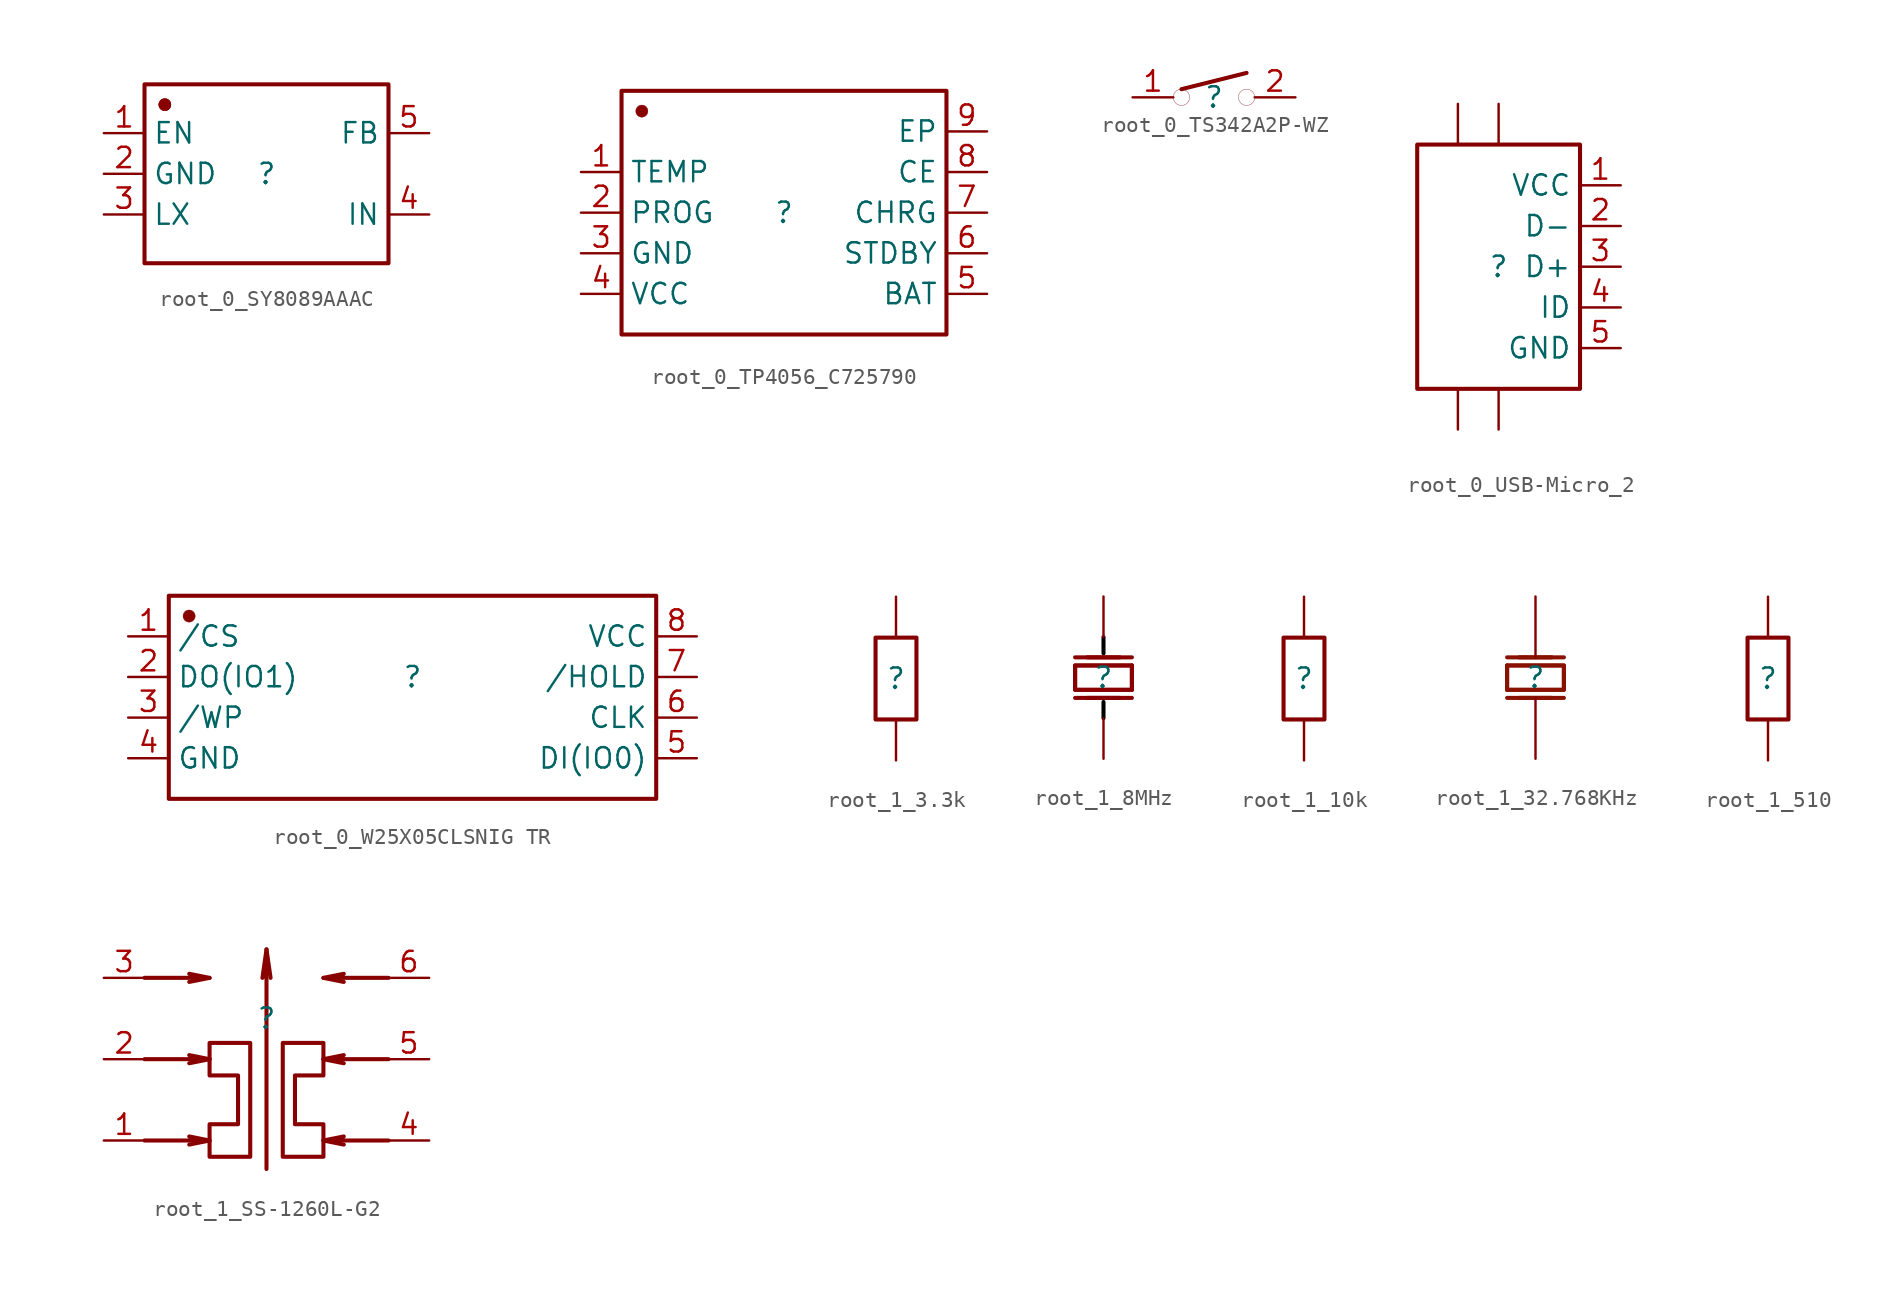
<source format=kicad_sym>
(kicad_symbol_lib
  (version 20220914)
  (generator kicad_symbol_editor)
  (symbol "root_0_SY8089AAAC"
    (property "Reference" ""
      (at 0 0 0)
      (effects (font (size 1.27 1.27))))
    (property "Value" ""
      (at 0 0 0)
      (effects (font (size 1.27 1.27))))
    (symbol "root_0_SY8089AAAC_1_0"
      (circle (center -6.35 4.318) (radius 0.381) (stroke (width 0.0001) (type solid)) (fill (type color) (color 136 0 0 1)))
      (circle (center -6.35 4.318) (radius 0.381) (stroke (width 0.0001) (type solid)) (fill (type color) (color 136 0 0 1)))
      (rectangle (start 7.62 5.588) (end -7.62 -5.588) (stroke (width 0.254) (type solid)) (fill (type none)))
      (pin passive line (at -10.16 2.54 0) (length 2.54) (name "EN" (effects (font (size 1.27 1.27)))) (number "1" (effects (font (size 1.27 1.27)))))
      (pin passive line (at -10.16 0 0) (length 2.54) (name "GND" (effects (font (size 1.27 1.27)))) (number "2" (effects (font (size 1.27 1.27)))))
      (pin passive line (at -10.16 -2.54 0) (length 2.54) (name "LX" (effects (font (size 1.27 1.27)))) (number "3" (effects (font (size 1.27 1.27)))))
      (pin passive line (at 10.16 -2.54 180) (length 2.54) (name "IN" (effects (font (size 1.27 1.27)))) (number "4" (effects (font (size 1.27 1.27)))))
      (pin passive line (at 10.16 2.54 180) (length 2.54) (name "FB" (effects (font (size 1.27 1.27)))) (number "5" (effects (font (size 1.27 1.27)))))))
  (symbol "root_0_TP4056_C725790"
    (property "Reference" ""
      (at 0 0 0)
      (effects (font (size 1.27 1.27))))
    (property "Value" ""
      (at 0 0 0)
      (effects (font (size 1.27 1.27))))
    (symbol "root_0_TP4056_C725790_1_0"
      (circle (center -8.89 6.35) (radius 0.381) (stroke (width 0.0001) (type solid)) (fill (type color) (color 136 0 0 1)))
      (rectangle (start 10.16 7.62) (end -10.16 -7.62) (stroke (width 0.254) (type solid)) (fill (type none)))
      (pin passive line (at -12.7 2.54 0) (length 2.54) (name "TEMP" (effects (font (size 1.27 1.27)))) (number "1" (effects (font (size 1.27 1.27)))))
      (pin passive line (at -12.7 0 0) (length 2.54) (name "PROG" (effects (font (size 1.27 1.27)))) (number "2" (effects (font (size 1.27 1.27)))))
      (pin passive line (at -12.7 -2.54 0) (length 2.54) (name "GND" (effects (font (size 1.27 1.27)))) (number "3" (effects (font (size 1.27 1.27)))))
      (pin passive line (at -12.7 -5.08 0) (length 2.54) (name "VCC" (effects (font (size 1.27 1.27)))) (number "4" (effects (font (size 1.27 1.27)))))
      (pin passive line (at 12.7 -5.08 180) (length 2.54) (name "BAT" (effects (font (size 1.27 1.27)))) (number "5" (effects (font (size 1.27 1.27)))))
      (pin passive line (at 12.7 -2.54 180) (length 2.54) (name "STDBY" (effects (font (size 1.27 1.27)))) (number "6" (effects (font (size 1.27 1.27)))))
      (pin passive line (at 12.7 0 180) (length 2.54) (name "CHRG" (effects (font (size 1.27 1.27)))) (number "7" (effects (font (size 1.27 1.27)))))
      (pin passive line (at 12.7 2.54 180) (length 2.54) (name "CE" (effects (font (size 1.27 1.27)))) (number "8" (effects (font (size 1.27 1.27)))))
      (pin passive line (at 12.7 5.08 180) (length 2.54) (name "EP" (effects (font (size 1.27 1.27)))) (number "9" (effects (font (size 1.27 1.27)))))))
  (symbol "root_0_TS342A2P-WZ"
    (property "Reference" ""
      (at 0 0 0)
      (effects (font (size 1.27 1.27))))
    (property "Value" ""
      (at 0 0 0)
      (effects (font (size 1.27 1.27))))
    (symbol "root_0_TS342A2P-WZ_1_0"
      (circle (center -2.032 0) (radius 0.508) (stroke (width 0.0001) (type solid)) (fill (type none)))
      (polyline (pts (xy 2.032 1.524) (xy -2.032 0.508)) (stroke (width 0.254) (type solid) (color 136 0 0 1)) (fill (type none)))
      (circle (center 2.032 0) (radius 0.508) (stroke (width 0.0001) (type solid)) (fill (type none)))
      (pin passive line (at -5.08 0 0) (length 2.54) (name "1" (effects (font (size 0 0)))) (number "1" (effects (font (size 1.27 1.27)))))
      (pin passive line (at 5.08 0 180) (length 2.54) (name "2" (effects (font (size 0 0)))) (number "2" (effects (font (size 1.27 1.27)))))))
  (symbol "root_0_USB-Micro_2"
    (property "Reference" ""
      (at 0 0 0)
      (effects (font (size 1.27 1.27))))
    (property "Value" ""
      (at 0 0 0)
      (effects (font (size 1.27 1.27))))
    (symbol "root_0_USB-Micro_2_1_0"
      (rectangle (start 5.08 7.62) (end -5.08 -7.62) (stroke (width 0.254) (type solid)) (fill (type none)))
      (pin passive line (at 7.62 5.08 180) (length 2.54) (name "VCC" (effects (font (size 1.27 1.27)))) (number "1" (effects (font (size 1.27 1.27)))))
      (pin passive line (at 7.62 2.54 180) (length 2.54) (name "D-" (effects (font (size 1.27 1.27)))) (number "2" (effects (font (size 1.27 1.27)))))
      (pin passive line (at 7.62 0 180) (length 2.54) (name "D+" (effects (font (size 1.27 1.27)))) (number "3" (effects (font (size 1.27 1.27)))))
      (pin passive line (at 7.62 -2.54 180) (length 2.54) (name "ID" (effects (font (size 1.27 1.27)))) (number "4" (effects (font (size 1.27 1.27)))))
      (pin passive line (at 7.62 -5.08 180) (length 2.54) (name "GND" (effects (font (size 1.27 1.27)))) (number "5" (effects (font (size 1.27 1.27)))))
      (pin passive line (at -2.54 -10.16 90) (length 2.54) (name "SH3" (effects (font (size 0 0)))) (number "6" (effects (font (size 0 0)))))
      (pin passive line (at 0 -10.16 90) (length 2.54) (name "SH4" (effects (font (size 0 0)))) (number "7" (effects (font (size 0 0)))))
      (pin passive line (at -2.54 10.16 270) (length 2.54) (name "SH1" (effects (font (size 0 0)))) (number "8" (effects (font (size 0 0)))))
      (pin passive line (at 0 10.16 270) (length 2.54) (name "SH2" (effects (font (size 0 0)))) (number "9" (effects (font (size 0 0)))))))
  (symbol "root_0_W25X05CLSNIG TR"
    (property "Reference" ""
      (at 0 0 0)
      (effects (font (size 1.27 1.27))))
    (property "Value" ""
      (at 0 0 0)
      (effects (font (size 1.27 1.27))))
    (symbol "root_0_W25X05CLSNIG TR_1_0"
      (circle (center -13.97 3.81) (radius 0.381) (stroke (width 0.0001) (type solid)) (fill (type color) (color 136 0 0 1)))
      (rectangle (start 15.24 5.08) (end -15.24 -7.62) (stroke (width 0.254) (type solid)) (fill (type none)))
      (pin passive line (at -17.78 2.54 0) (length 2.54) (name "/CS" (effects (font (size 1.27 1.27)))) (number "1" (effects (font (size 1.27 1.27)))))
      (pin passive line (at -17.78 0 0) (length 2.54) (name "DO(IO1)" (effects (font (size 1.27 1.27)))) (number "2" (effects (font (size 1.27 1.27)))))
      (pin passive line (at -17.78 -2.54 0) (length 2.54) (name "/WP" (effects (font (size 1.27 1.27)))) (number "3" (effects (font (size 1.27 1.27)))))
      (pin passive line (at -17.78 -5.08 0) (length 2.54) (name "GND" (effects (font (size 1.27 1.27)))) (number "4" (effects (font (size 1.27 1.27)))))
      (pin passive line (at 17.78 -5.08 180) (length 2.54) (name "DI(IO0)" (effects (font (size 1.27 1.27)))) (number "5" (effects (font (size 1.27 1.27)))))
      (pin passive line (at 17.78 -2.54 180) (length 2.54) (name "CLK" (effects (font (size 1.27 1.27)))) (number "6" (effects (font (size 1.27 1.27)))))
      (pin passive line (at 17.78 0 180) (length 2.54) (name "/HOLD" (effects (font (size 1.27 1.27)))) (number "7" (effects (font (size 1.27 1.27)))))
      (pin passive line (at 17.78 2.54 180) (length 2.54) (name "VCC" (effects (font (size 1.27 1.27)))) (number "8" (effects (font (size 1.27 1.27)))))))
  (symbol "root_1_3.3k"
    (property "Reference" ""
      (at 0 0 0)
      (effects (font (size 1.27 1.27))))
    (property "Value" ""
      (at 0 0 0)
      (effects (font (size 1.27 1.27))))
    (symbol "root_1_3.3k_1_0"
      (rectangle (start 1.27 2.54) (end -1.27 -2.54) (stroke (width 0.254) (type solid)) (fill (type none)))
      (pin passive line (at 0 -5.08 90) (length 2.54) (name "1" (effects (font (size 0 0)))) (number "1" (effects (font (size 0 0)))))
      (pin passive line (at 0 5.08 270) (length 2.54) (name "2" (effects (font (size 0 0)))) (number "2" (effects (font (size 0 0)))))))
  (symbol "root_1_8MHz"
    (property "Reference" ""
      (at 0 0 0)
      (effects (font (size 1.27 1.27))))
    (property "Value" ""
      (at 0 0 0)
      (effects (font (size 1.27 1.27))))
    (symbol "root_1_8MHz_1_0"
      (polyline (pts (xy 0 -2.54) (xy 0 -1.524)) (stroke (width 0.254) (type solid) (color 0 0 0 1)) (fill (type none)))
      (polyline (pts (xy 0 2.54) (xy 0 1.524)) (stroke (width 0.254) (type solid) (color 0 0 0 1)) (fill (type none)))
      (polyline (pts (xy 1.016 -1.27) (xy -1.016 -1.27)) (stroke (width 0.254) (type solid) (color 136 0 0 1)) (fill (type none)))
      (polyline (pts (xy 1.016 1.27) (xy -1.016 1.27)) (stroke (width 0.254) (type solid) (color 136 0 0 1)) (fill (type none)))
      (polyline (pts (xy 1.778 -1.27) (xy -1.778 -1.27)) (stroke (width 0.254) (type solid) (color 136 0 0 1)) (fill (type none)))
      (polyline (pts (xy 1.778 0.762) (xy 1.778 -0.762)) (stroke (width 0.254) (type solid) (color 136 0 0 1)) (fill (type none)))
      (polyline (pts (xy 1.778 1.27) (xy -1.778 1.27)) (stroke (width 0.254) (type solid) (color 136 0 0 1)) (fill (type none)))
      (polyline (pts (xy 1.778 -0.762) (xy -1.778 -0.762) (xy -1.778 -0.762) (xy -1.778 0.762) (xy -1.778 0.762) (xy 1.778 0.762)) (stroke (width 0.254) (type solid) (color 136 0 0 1)) (fill (type none)))
      (polyline (pts (xy -1.778 0.762) (xy 1.778 0.762) (xy 1.778 0.762) (xy 1.778 -0.762) (xy 1.778 -0.762) (xy -1.778 -0.762) (xy -1.778 -0.762) (xy -1.778 0.762)) (stroke (width 0.254) (type solid) (color 136 0 0 1)) (fill (type none)))
      (pin passive line (at 0 -5.08 90) (length 2.54) (name "OSC1" (effects (font (size 0 0)))) (number "1" (effects (font (size 0 0)))))
      (pin passive line (at 0 5.08 270) (length 2.54) (name "OSC2" (effects (font (size 0 0)))) (number "2" (effects (font (size 0 0)))))))
  (symbol "root_1_10k"
    (property "Reference" ""
      (at 0 0 0)
      (effects (font (size 1.27 1.27))))
    (property "Value" ""
      (at 0 0 0)
      (effects (font (size 1.27 1.27))))
    (symbol "root_1_10k_1_0"
      (rectangle (start 1.27 2.54) (end -1.27 -2.54) (stroke (width 0.254) (type solid)) (fill (type none)))
      (pin passive line (at 0 -5.08 90) (length 2.54) (name "1" (effects (font (size 0 0)))) (number "1" (effects (font (size 0 0)))))
      (pin passive line (at 0 5.08 270) (length 2.54) (name "2" (effects (font (size 0 0)))) (number "2" (effects (font (size 0 0)))))))
  (symbol "root_1_32.768KHz"
    (property "Reference" ""
      (at 0 0 0)
      (effects (font (size 1.27 1.27))))
    (property "Value" ""
      (at 0 0 0)
      (effects (font (size 1.27 1.27))))
    (symbol "root_1_32.768KHz_1_0"
      (polyline (pts (xy -1.778 -1.27) (xy 1.778 -1.27)) (stroke (width 0.254) (type solid) (color 136 17 0 1)) (fill (type none)))
      (polyline (pts (xy -1.778 -0.762) (xy -1.778 0.762)) (stroke (width 0.254) (type solid) (color 136 17 0 1)) (fill (type none)))
      (polyline (pts (xy -1.778 1.27) (xy 1.778 1.27)) (stroke (width 0.254) (type solid) (color 136 17 0 1)) (fill (type none)))
      (polyline (pts (xy -1.016 -1.27) (xy 1.016 -1.27)) (stroke (width 0.254) (type solid) (color 136 17 0 1)) (fill (type none)))
      (polyline (pts (xy -1.016 1.27) (xy 1.016 1.27)) (stroke (width 0.254) (type solid) (color 136 17 0 1)) (fill (type none)))
      (polyline (pts (xy -1.778 0.762) (xy 1.778 0.762) (xy 1.778 0.762) (xy 1.778 -0.762) (xy 1.778 -0.762) (xy -1.778 -0.762)) (stroke (width 0.254) (type solid) (color 136 17 0 1)) (fill (type none)))
      (polyline (pts (xy 1.778 -0.762) (xy -1.778 -0.762) (xy -1.778 -0.762) (xy -1.778 0.762) (xy -1.778 0.762) (xy 1.778 0.762) (xy 1.778 0.762) (xy 1.778 -0.762)) (stroke (width 0.254) (type solid) (color 136 17 0 1)) (fill (type none)))
      (pin passive line (at 0 5.08 270) (length 3.81) (name "OSC1" (effects (font (size 0 0)))) (number "1" (effects (font (size 0 0)))))
      (pin passive line (at 0 -5.08 90) (length 3.81) (name "OSC2" (effects (font (size 0 0)))) (number "2" (effects (font (size 0 0)))))))
  (symbol "root_1_510"
    (property "Reference" ""
      (at 0 0 0)
      (effects (font (size 1.27 1.27))))
    (property "Value" ""
      (at 0 0 0)
      (effects (font (size 1.27 1.27))))
    (symbol "root_1_510_1_0"
      (rectangle (start 1.27 2.54) (end -1.27 -2.54) (stroke (width 0.254) (type solid)) (fill (type none)))
      (pin passive line (at 0 -5.08 90) (length 2.54) (name "1" (effects (font (size 0 0)))) (number "1" (effects (font (size 0 0)))))
      (pin passive line (at 0 5.08 270) (length 2.54) (name "2" (effects (font (size 0 0)))) (number "2" (effects (font (size 0 0)))))))
  (symbol "root_1_SS-1260L-G2"
    (property "Reference" ""
      (at 0 0 0)
      (effects (font (size 1.27 1.27))))
    (property "Value" ""
      (at 0 0 0)
      (effects (font (size 1.27 1.27))))
    (symbol "root_1_SS-1260L-G2_1_0"
      (polyline (pts (xy -3.556 -7.62) (xy -4.826 -7.874)) (stroke (width 0.254) (type solid) (color 136 0 0 1)) (fill (type none)))
      (polyline (pts (xy -3.556 -2.54) (xy -4.826 -2.794)) (stroke (width 0.254) (type solid) (color 136 0 0 1)) (fill (type none)))
      (polyline (pts (xy -3.556 2.54) (xy -4.826 2.286)) (stroke (width 0.254) (type solid) (color 136 0 0 1)) (fill (type none)))
      (polyline (pts (xy 0 4.318) (xy 0.254 2.54)) (stroke (width 0.254) (type solid) (color 136 0 0 1)) (fill (type none)))
      (polyline (pts (xy 3.556 -7.62) (xy 4.826 -7.874)) (stroke (width 0.254) (type solid) (color 136 0 0 1)) (fill (type none)))
      (polyline (pts (xy 3.556 -2.54) (xy 4.826 -2.794)) (stroke (width 0.254) (type solid) (color 136 0 0 1)) (fill (type none)))
      (polyline (pts (xy 3.556 2.54) (xy 4.826 2.286)) (stroke (width 0.254) (type solid) (color 136 0 0 1)) (fill (type none)))
      (polyline (pts (xy -7.62 -7.62) (xy -3.556 -7.62) (xy -3.556 -7.62) (xy -4.826 -7.366)) (stroke (width 0.254) (type solid) (color 136 0 0 1)) (fill (type none)))
      (polyline (pts (xy -7.62 -2.54) (xy -3.556 -2.54) (xy -3.556 -2.54) (xy -4.826 -2.286)) (stroke (width 0.254) (type solid) (color 136 0 0 1)) (fill (type none)))
      (polyline (pts (xy -7.62 2.54) (xy -3.556 2.54) (xy -3.556 2.54) (xy -4.826 2.794)) (stroke (width 0.254) (type solid) (color 136 0 0 1)) (fill (type none)))
      (polyline (pts (xy 0 -9.398) (xy 0 4.318) (xy 0 4.318) (xy -0.254 2.54)) (stroke (width 0.254) (type solid) (color 136 0 0 1)) (fill (type none)))
      (polyline (pts (xy 7.62 -7.62) (xy 3.556 -7.62) (xy 3.556 -7.62) (xy 4.826 -7.366)) (stroke (width 0.254) (type solid) (color 136 0 0 1)) (fill (type none)))
      (polyline (pts (xy 7.62 -2.54) (xy 3.556 -2.54) (xy 3.556 -2.54) (xy 4.826 -2.286)) (stroke (width 0.254) (type solid) (color 136 0 0 1)) (fill (type none)))
      (polyline (pts (xy 7.62 2.54) (xy 3.556 2.54) (xy 3.556 2.54) (xy 4.826 2.794)) (stroke (width 0.254) (type solid) (color 136 0 0 1)) (fill (type none)))
      (polyline (pts (xy -1.016 -8.636) (xy -3.556 -8.636) (xy -3.556 -8.636) (xy -3.556 -6.604) (xy -3.556 -6.604) (xy -1.778 -6.604) (xy -1.778 -6.604) (xy -1.778 -3.556) (xy -1.778 -3.556) (xy -3.556 -3.556) (xy -3.556 -3.556) (xy -3.556 -1.524) (xy -3.556 -1.524) (xy -1.016 -1.524) (xy -1.016 -1.524) (xy -1.016 -8.636)) (stroke (width 0.254) (type solid) (color 136 0 0 1)) (fill (type none)))
      (polyline (pts (xy 1.016 -8.636) (xy 3.556 -8.636) (xy 3.556 -8.636) (xy 3.556 -6.604) (xy 3.556 -6.604) (xy 1.778 -6.604) (xy 1.778 -6.604) (xy 1.778 -3.556) (xy 1.778 -3.556) (xy 3.556 -3.556) (xy 3.556 -3.556) (xy 3.556 -1.524) (xy 3.556 -1.524) (xy 1.016 -1.524) (xy 1.016 -1.524) (xy 1.016 -8.636)) (stroke (width 0.254) (type solid) (color 136 0 0 1)) (fill (type none)))
      (pin passive line (at -10.16 -7.62 0) (length 2.54) (name "1" (effects (font (size 0 0)))) (number "1" (effects (font (size 1.27 1.27)))))
      (pin passive line (at -10.16 -2.54 0) (length 2.54) (name "2" (effects (font (size 0 0)))) (number "2" (effects (font (size 1.27 1.27)))))
      (pin passive line (at -10.16 2.54 0) (length 2.54) (name "3" (effects (font (size 0 0)))) (number "3" (effects (font (size 1.27 1.27)))))
      (pin passive line (at 10.16 -7.62 180) (length 2.54) (name "4" (effects (font (size 0 0)))) (number "4" (effects (font (size 1.27 1.27)))))
      (pin passive line (at 10.16 -2.54 180) (length 2.54) (name "5" (effects (font (size 0 0)))) (number "5" (effects (font (size 1.27 1.27)))))
      (pin passive line (at 10.16 2.54 180) (length 2.54) (name "6" (effects (font (size 0 0)))) (number "6" (effects (font (size 1.27 1.27))))))))
</source>
